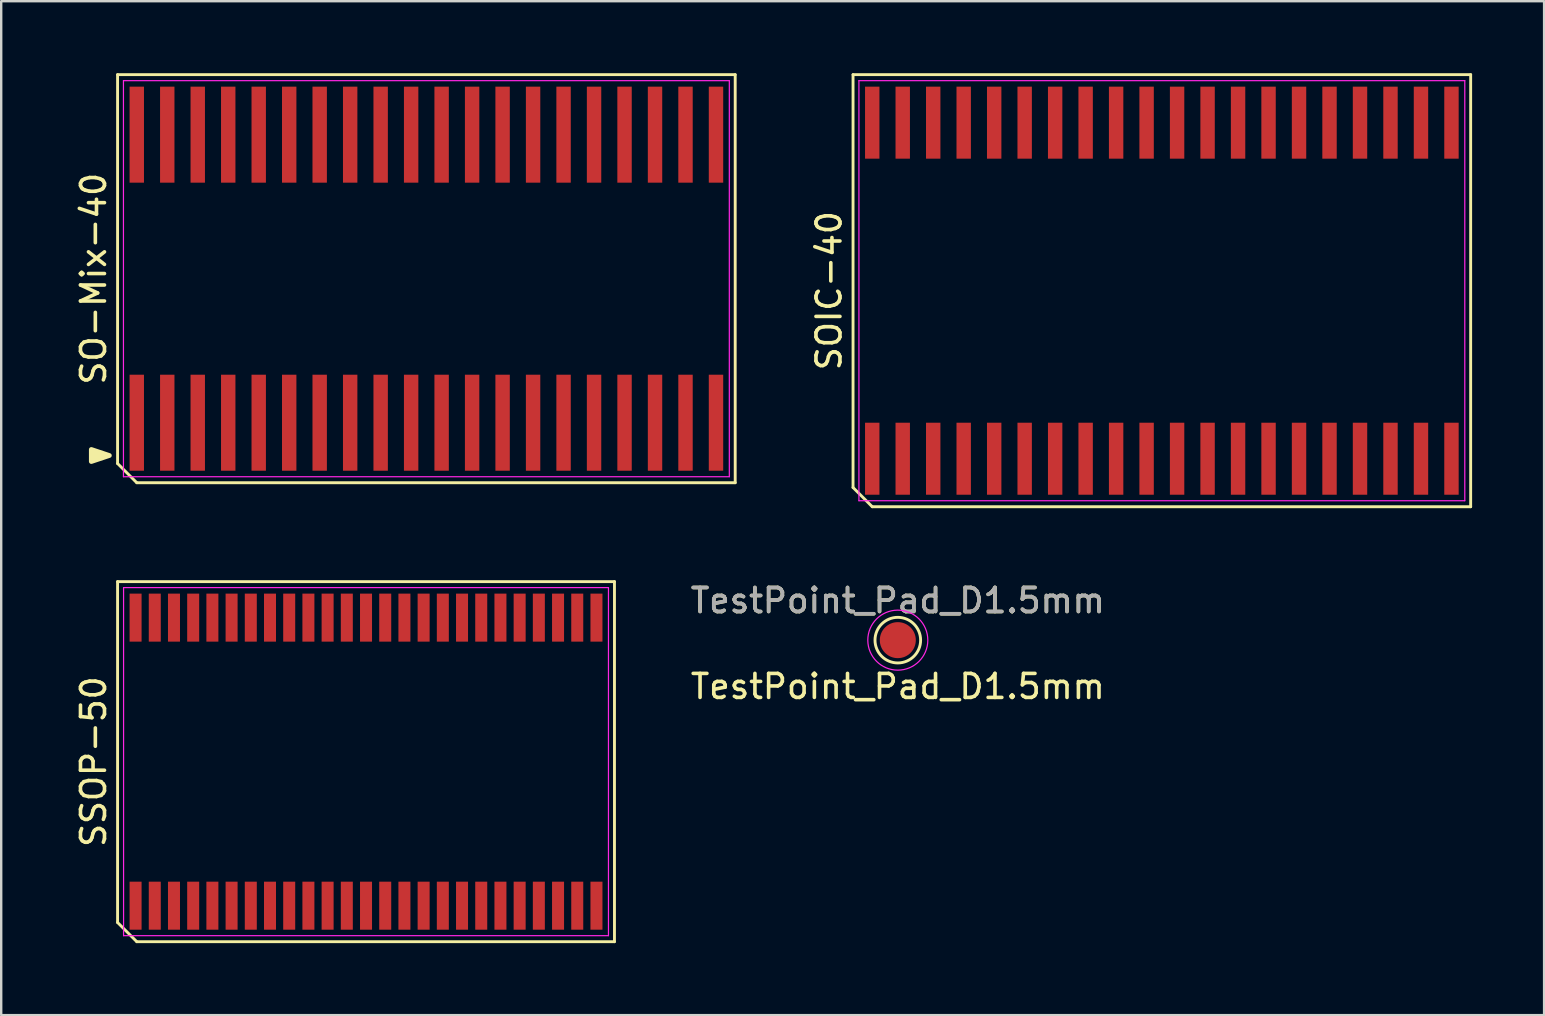
<source format=kicad_pcb>
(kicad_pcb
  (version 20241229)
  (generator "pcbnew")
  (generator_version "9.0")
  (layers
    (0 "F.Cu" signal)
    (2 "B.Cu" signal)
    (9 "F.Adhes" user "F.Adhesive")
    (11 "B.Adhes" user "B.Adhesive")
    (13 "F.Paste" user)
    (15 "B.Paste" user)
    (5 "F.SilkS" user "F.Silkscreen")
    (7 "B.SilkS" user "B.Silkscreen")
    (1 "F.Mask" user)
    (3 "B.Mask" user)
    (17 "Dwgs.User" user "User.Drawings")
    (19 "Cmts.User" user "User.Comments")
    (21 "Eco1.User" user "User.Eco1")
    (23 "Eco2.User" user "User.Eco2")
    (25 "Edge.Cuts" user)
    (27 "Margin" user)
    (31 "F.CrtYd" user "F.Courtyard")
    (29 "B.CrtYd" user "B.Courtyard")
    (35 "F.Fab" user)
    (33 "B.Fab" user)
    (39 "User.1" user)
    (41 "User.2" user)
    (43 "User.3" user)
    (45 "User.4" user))
  (footprint "SOIC-40"
    (layer "F.Cu")
    (at 45.352 9.06)
    (property "Reference" "SOIC-40" (at -13.865 0 90) (layer "F.SilkS") (effects (font (size 1 1) (thickness 0.15))))
    (attr smd)
    (fp_line (start -12.865 -9) (end 12.865 -9) (stroke (width 0.12) (type default)) (layer "F.SilkS"))
    (fp_line (start -12.865 8.2) (end -12.865 -9) (stroke (width 0.12) (type default)) (layer "F.SilkS"))
    (fp_line (start -12.065 9) (end -12.865 8.2) (stroke (width 0.12) (type default)) (layer "F.SilkS"))
    (fp_line (start 12.865 -9) (end 12.865 9) (stroke (width 0.12) (type default)) (layer "F.SilkS"))
    (fp_line (start 12.865 9) (end -12.065 9) (stroke (width 0.12) (type default)) (layer "F.SilkS"))
    (fp_line (start -12.62 -8.75) (end 12.62 -8.75) (stroke (width 0.05) (type default)) (layer "F.CrtYd"))
    (fp_line (start -12.62 8.75) (end -12.62 -8.75) (stroke (width 0.05) (type default)) (layer "F.CrtYd"))
    (fp_line (start 12.62 -8.75) (end 12.62 8.75) (stroke (width 0.05) (type default)) (layer "F.CrtYd"))
    (fp_line (start 12.62 8.75) (end -12.62 8.75) (stroke (width 0.05) (type default)) (layer "F.CrtYd"))
    (pad "1" smd rect (at -12.065 7) (size 0.6 3) (layers "F.Cu" "F.Mask" "F.Paste"))
    (pad "2" smd rect (at -10.795 7) (size 0.6 3) (layers "F.Cu" "F.Mask" "F.Paste"))
    (pad "3" smd rect (at -9.525 7) (size 0.6 3) (layers "F.Cu" "F.Mask" "F.Paste"))
    (pad "4" smd rect (at -8.255 7) (size 0.6 3) (layers "F.Cu" "F.Mask" "F.Paste"))
    (pad "5" smd rect (at -6.985 7) (size 0.6 3) (layers "F.Cu" "F.Mask" "F.Paste"))
    (pad "6" smd rect (at -5.715 7) (size 0.6 3) (layers "F.Cu" "F.Mask" "F.Paste"))
    (pad "7" smd rect (at -4.445 7) (size 0.6 3) (layers "F.Cu" "F.Mask" "F.Paste"))
    (pad "8" smd rect (at -3.175 7) (size 0.6 3) (layers "F.Cu" "F.Mask" "F.Paste"))
    (pad "9" smd rect (at -1.905 7) (size 0.6 3) (layers "F.Cu" "F.Mask" "F.Paste"))
    (pad "10" smd rect (at -0.635 7) (size 0.6 3) (layers "F.Cu" "F.Mask" "F.Paste"))
    (pad "11" smd rect (at 0.635 7) (size 0.6 3) (layers "F.Cu" "F.Mask" "F.Paste"))
    (pad "12" smd rect (at 1.905 7) (size 0.6 3) (layers "F.Cu" "F.Mask" "F.Paste"))
    (pad "13" smd rect (at 3.175 7) (size 0.6 3) (layers "F.Cu" "F.Mask" "F.Paste"))
    (pad "14" smd rect (at 4.445 7) (size 0.6 3) (layers "F.Cu" "F.Mask" "F.Paste"))
    (pad "15" smd rect (at 5.715 7) (size 0.6 3) (layers "F.Cu" "F.Mask" "F.Paste"))
    (pad "16" smd rect (at 6.985 7) (size 0.6 3) (layers "F.Cu" "F.Mask" "F.Paste"))
    (pad "17" smd rect (at 8.255 7) (size 0.6 3) (layers "F.Cu" "F.Mask" "F.Paste"))
    (pad "18" smd rect (at 9.525 7) (size 0.6 3) (layers "F.Cu" "F.Mask" "F.Paste"))
    (pad "19" smd rect (at 10.795 7) (size 0.6 3) (layers "F.Cu" "F.Mask" "F.Paste"))
    (pad "20" smd rect (at 12.065 7) (size 0.6 3) (layers "F.Cu" "F.Mask" "F.Paste"))
    (pad "21" smd rect (at 12.065 -7) (size 0.6 3) (layers "F.Cu" "F.Mask" "F.Paste"))
    (pad "22" smd rect (at 10.795 -7) (size 0.6 3) (layers "F.Cu" "F.Mask" "F.Paste"))
    (pad "23" smd rect (at 9.525 -7) (size 0.6 3) (layers "F.Cu" "F.Mask" "F.Paste"))
    (pad "24" smd rect (at 8.255 -7) (size 0.6 3) (layers "F.Cu" "F.Mask" "F.Paste"))
    (pad "25" smd rect (at 6.985 -7) (size 0.6 3) (layers "F.Cu" "F.Mask" "F.Paste"))
    (pad "26" smd rect (at 5.715 -7) (size 0.6 3) (layers "F.Cu" "F.Mask" "F.Paste"))
    (pad "27" smd rect (at 4.445 -7) (size 0.6 3) (layers "F.Cu" "F.Mask" "F.Paste"))
    (pad "28" smd rect (at 3.175 -7) (size 0.6 3) (layers "F.Cu" "F.Mask" "F.Paste"))
    (pad "29" smd rect (at 1.905 -7) (size 0.6 3) (layers "F.Cu" "F.Mask" "F.Paste"))
    (pad "30" smd rect (at 0.635 -7) (size 0.6 3) (layers "F.Cu" "F.Mask" "F.Paste"))
    (pad "31" smd rect (at -0.635 -7) (size 0.6 3) (layers "F.Cu" "F.Mask" "F.Paste"))
    (pad "32" smd rect (at -1.905 -7) (size 0.6 3) (layers "F.Cu" "F.Mask" "F.Paste"))
    (pad "33" smd rect (at -3.175 -7) (size 0.6 3) (layers "F.Cu" "F.Mask" "F.Paste"))
    (pad "34" smd rect (at -4.445 -7) (size 0.6 3) (layers "F.Cu" "F.Mask" "F.Paste"))
    (pad "35" smd rect (at -5.715 -7) (size 0.6 3) (layers "F.Cu" "F.Mask" "F.Paste"))
    (pad "36" smd rect (at -6.985 -7) (size 0.6 3) (layers "F.Cu" "F.Mask" "F.Paste"))
    (pad "37" smd rect (at -8.255 -7) (size 0.6 3) (layers "F.Cu" "F.Mask" "F.Paste"))
    (pad "38" smd rect (at -9.525 -7) (size 0.6 3) (layers "F.Cu" "F.Mask" "F.Paste"))
    (pad "39" smd rect (at -10.795 -7) (size 0.6 3) (layers "F.Cu" "F.Mask" "F.Paste"))
    (pad "40" smd rect (at -12.065 -7) (size 0.6 3) (layers "F.Cu" "F.Mask" "F.Paste")))
  (footprint "TestPoint_Pad_D1.5mm"
    (layer "F.Cu")
    (at 34.352 23.618)
    (property "Reference" "TestPoint_Pad_D1.5mm" (at 0 -1.648 0) (layer "F.SilkS") (effects (font (size 1 1) (thickness 0.15))))
    (property "Value" "TestPoint_Pad_D1.5mm" (at 0 1.75 0) (layer "F.Fab") (hide yes) (effects (font (size 1 1) (thickness 0.15))))
    (attr exclude_from_pos_files exclude_from_bom)
    (fp_circle (center 0 0) (end 0 0.95) (stroke (width 0.12) (type solid)) (fill no) (layer "F.SilkS"))
    (fp_circle (center 0 0) (end 1.25 0) (stroke (width 0.05) (type solid)) (fill no) (layer "F.CrtYd"))
    (fp_text user "${VALUE}" (at 0 2.515 0) (unlocked yes) (layer "F.SilkS") (effects (font (size 1 1) (thickness 0.15)) (justify bottom)))
    (fp_text user "${REFERENCE}" (at 0 -1.65 0) (layer "F.Fab") (effects (font (size 1 1) (thickness 0.15))))
    (pad "1" smd circle (at 0 0) (size 1.5 1.5) (layers "F.Cu" "F.Mask")))
  (footprint "SSOP-50"
    (layer "F.Cu")
    (at 12.198 28.68)
    (property "Reference" "SSOP-50" (at -11.35 0 90) (layer "F.SilkS") (effects (font (size 1 1) (thickness 0.15))))
    (attr smd)
    (fp_line (start -10.35 -7.5) (end 10.35 -7.5) (stroke (width 0.12) (type default)) (layer "F.SilkS"))
    (fp_line (start -10.35 6.7) (end -10.35 -7.5) (stroke (width 0.12) (type default)) (layer "F.SilkS"))
    (fp_line (start -9.55 7.5) (end -10.35 6.7) (stroke (width 0.12) (type default)) (layer "F.SilkS"))
    (fp_line (start 10.35 -7.5) (end 10.35 7.5) (stroke (width 0.12) (type default)) (layer "F.SilkS"))
    (fp_line (start 10.35 7.5) (end -9.55 7.5) (stroke (width 0.12) (type default)) (layer "F.SilkS"))
    (fp_line (start -10.1 -7.25) (end 10.1 -7.25) (stroke (width 0.05) (type default)) (layer "F.CrtYd"))
    (fp_line (start -10.1 7.25) (end -10.1 -7.25) (stroke (width 0.05) (type default)) (layer "F.CrtYd"))
    (fp_line (start 10.1 -7.25) (end 10.1 7.25) (stroke (width 0.05) (type default)) (layer "F.CrtYd"))
    (fp_line (start 10.1 7.25) (end -10.1 7.25) (stroke (width 0.05) (type default)) (layer "F.CrtYd"))
    (pad "1" smd rect (at -9.6 6) (size 0.5 2) (layers "F.Cu" "F.Mask" "F.Paste"))
    (pad "2" smd rect (at -8.8 6) (size 0.5 2) (layers "F.Cu" "F.Mask" "F.Paste"))
    (pad "3" smd rect (at -8 6) (size 0.5 2) (layers "F.Cu" "F.Mask" "F.Paste"))
    (pad "4" smd rect (at -7.2 6) (size 0.5 2) (layers "F.Cu" "F.Mask" "F.Paste"))
    (pad "5" smd rect (at -6.4 6) (size 0.5 2) (layers "F.Cu" "F.Mask" "F.Paste"))
    (pad "6" smd rect (at -5.6 6) (size 0.5 2) (layers "F.Cu" "F.Mask" "F.Paste"))
    (pad "7" smd rect (at -4.8 6) (size 0.5 2) (layers "F.Cu" "F.Mask" "F.Paste"))
    (pad "8" smd rect (at -4 6) (size 0.5 2) (layers "F.Cu" "F.Mask" "F.Paste"))
    (pad "9" smd rect (at -3.2 6) (size 0.5 2) (layers "F.Cu" "F.Mask" "F.Paste"))
    (pad "10" smd rect (at -2.4 6) (size 0.5 2) (layers "F.Cu" "F.Mask" "F.Paste"))
    (pad "11" smd rect (at -1.6 6) (size 0.5 2) (layers "F.Cu" "F.Mask" "F.Paste"))
    (pad "12" smd rect (at -0.8 6) (size 0.5 2) (layers "F.Cu" "F.Mask" "F.Paste"))
    (pad "13" smd rect (at 0 6) (size 0.5 2) (layers "F.Cu" "F.Mask" "F.Paste"))
    (pad "14" smd rect (at 0.8 6) (size 0.5 2) (layers "F.Cu" "F.Mask" "F.Paste"))
    (pad "15" smd rect (at 1.6 6) (size 0.5 2) (layers "F.Cu" "F.Mask" "F.Paste"))
    (pad "16" smd rect (at 2.4 6) (size 0.5 2) (layers "F.Cu" "F.Mask" "F.Paste"))
    (pad "17" smd rect (at 3.2 6) (size 0.5 2) (layers "F.Cu" "F.Mask" "F.Paste"))
    (pad "18" smd rect (at 4 6) (size 0.5 2) (layers "F.Cu" "F.Mask" "F.Paste"))
    (pad "19" smd rect (at 4.8 6) (size 0.5 2) (layers "F.Cu" "F.Mask" "F.Paste"))
    (pad "20" smd rect (at 5.6 6) (size 0.5 2) (layers "F.Cu" "F.Mask" "F.Paste"))
    (pad "21" smd rect (at 6.4 6) (size 0.5 2) (layers "F.Cu" "F.Mask" "F.Paste"))
    (pad "22" smd rect (at 7.2 6) (size 0.5 2) (layers "F.Cu" "F.Mask" "F.Paste"))
    (pad "23" smd rect (at 8 6) (size 0.5 2) (layers "F.Cu" "F.Mask" "F.Paste"))
    (pad "24" smd rect (at 8.8 6) (size 0.5 2) (layers "F.Cu" "F.Mask" "F.Paste"))
    (pad "25" smd rect (at 9.6 6) (size 0.5 2) (layers "F.Cu" "F.Mask" "F.Paste"))
    (pad "26" smd rect (at 9.6 -6) (size 0.5 2) (layers "F.Cu" "F.Mask" "F.Paste"))
    (pad "27" smd rect (at 8.8 -6) (size 0.5 2) (layers "F.Cu" "F.Mask" "F.Paste"))
    (pad "28" smd rect (at 8 -6) (size 0.5 2) (layers "F.Cu" "F.Mask" "F.Paste"))
    (pad "29" smd rect (at 7.2 -6) (size 0.5 2) (layers "F.Cu" "F.Mask" "F.Paste"))
    (pad "30" smd rect (at 6.4 -6) (size 0.5 2) (layers "F.Cu" "F.Mask" "F.Paste"))
    (pad "31" smd rect (at 5.6 -6) (size 0.5 2) (layers "F.Cu" "F.Mask" "F.Paste"))
    (pad "32" smd rect (at 4.8 -6) (size 0.5 2) (layers "F.Cu" "F.Mask" "F.Paste"))
    (pad "33" smd rect (at 4 -6) (size 0.5 2) (layers "F.Cu" "F.Mask" "F.Paste"))
    (pad "34" smd rect (at 3.2 -6) (size 0.5 2) (layers "F.Cu" "F.Mask" "F.Paste"))
    (pad "35" smd rect (at 2.4 -6) (size 0.5 2) (layers "F.Cu" "F.Mask" "F.Paste"))
    (pad "36" smd rect (at 1.6 -6) (size 0.5 2) (layers "F.Cu" "F.Mask" "F.Paste"))
    (pad "37" smd rect (at 0.8 -6) (size 0.5 2) (layers "F.Cu" "F.Mask" "F.Paste"))
    (pad "38" smd rect (at 0 -6) (size 0.5 2) (layers "F.Cu" "F.Mask" "F.Paste"))
    (pad "39" smd rect (at -0.8 -6) (size 0.5 2) (layers "F.Cu" "F.Mask" "F.Paste"))
    (pad "40" smd rect (at -1.6 -6) (size 0.5 2) (layers "F.Cu" "F.Mask" "F.Paste"))
    (pad "41" smd rect (at -2.4 -6) (size 0.5 2) (layers "F.Cu" "F.Mask" "F.Paste"))
    (pad "42" smd rect (at -3.2 -6) (size 0.5 2) (layers "F.Cu" "F.Mask" "F.Paste"))
    (pad "43" smd rect (at -4 -6) (size 0.5 2) (layers "F.Cu" "F.Mask" "F.Paste"))
    (pad "44" smd rect (at -4.8 -6) (size 0.5 2) (layers "F.Cu" "F.Mask" "F.Paste"))
    (pad "45" smd rect (at -5.6 -6) (size 0.5 2) (layers "F.Cu" "F.Mask" "F.Paste"))
    (pad "46" smd rect (at -6.4 -6) (size 0.5 2) (layers "F.Cu" "F.Mask" "F.Paste"))
    (pad "47" smd rect (at -7.2 -6) (size 0.5 2) (layers "F.Cu" "F.Mask" "F.Paste"))
    (pad "48" smd rect (at -8 -6) (size 0.5 2) (layers "F.Cu" "F.Mask" "F.Paste"))
    (pad "49" smd rect (at -8.8 -6) (size 0.5 2) (layers "F.Cu" "F.Mask" "F.Paste"))
    (pad "50" smd rect (at -9.6 -6) (size 0.5 2) (layers "F.Cu" "F.Mask" "F.Paste")))
  (footprint "SO-Mix-40"
    (layer "F.Cu")
    (at 14.713 8.56)
    (property "Reference" "SO-Mix-40" (at -13.865 0 90) (layer "F.SilkS") (effects (font (size 1 1) (thickness 0.15))))
    (attr smd)
    (fp_line (start -12.865 -8.5) (end 12.865 -8.5) (stroke (width 0.12) (type default)) (layer "F.SilkS"))
    (fp_line (start -12.865 7.7) (end -12.865 -8.5) (stroke (width 0.12) (type default)) (layer "F.SilkS"))
    (fp_line (start -12.065 8.5) (end -12.865 7.7) (stroke (width 0.12) (type default)) (layer "F.SilkS"))
    (fp_line (start 12.865 -8.5) (end 12.865 8.5) (stroke (width 0.12) (type default)) (layer "F.SilkS"))
    (fp_line (start 12.865 8.5) (end -12.065 8.5) (stroke (width 0.12) (type default)) (layer "F.SilkS"))
    (fp_poly (pts (xy -13.208 7.366) (xy -13.958 7.116) (xy -13.958 7.616)) (stroke (width 0.2) (type solid)) (fill yes) (layer "F.SilkS"))
    (fp_line (start -12.62 -8.25) (end 12.62 -8.25) (stroke (width 0.05) (type default)) (layer "F.CrtYd"))
    (fp_line (start -12.62 8.25) (end -12.62 -8.25) (stroke (width 0.05) (type default)) (layer "F.CrtYd"))
    (fp_line (start 12.62 -8.25) (end 12.62 8.25) (stroke (width 0.05) (type default)) (layer "F.CrtYd"))
    (fp_line (start 12.62 8.25) (end -12.62 8.25) (stroke (width 0.05) (type default)) (layer "F.CrtYd"))
    (pad "1" smd rect (at -12.065 6) (size 0.6 4) (layers "F.Cu" "F.Mask" "F.Paste"))
    (pad "2" smd rect (at -10.795 6) (size 0.6 4) (layers "F.Cu" "F.Mask" "F.Paste"))
    (pad "3" smd rect (at -9.525 6) (size 0.6 4) (layers "F.Cu" "F.Mask" "F.Paste"))
    (pad "4" smd rect (at -8.255 6) (size 0.6 4) (layers "F.Cu" "F.Mask" "F.Paste"))
    (pad "5" smd rect (at -6.985 6) (size 0.6 4) (layers "F.Cu" "F.Mask" "F.Paste"))
    (pad "6" smd rect (at -5.715 6) (size 0.6 4) (layers "F.Cu" "F.Mask" "F.Paste"))
    (pad "7" smd rect (at -4.445 6) (size 0.6 4) (layers "F.Cu" "F.Mask" "F.Paste"))
    (pad "8" smd rect (at -3.175 6) (size 0.6 4) (layers "F.Cu" "F.Mask" "F.Paste"))
    (pad "9" smd rect (at -1.905 6) (size 0.6 4) (layers "F.Cu" "F.Mask" "F.Paste"))
    (pad "10" smd rect (at -0.635 6) (size 0.6 4) (layers "F.Cu" "F.Mask" "F.Paste"))
    (pad "11" smd rect (at 0.635 6) (size 0.6 4) (layers "F.Cu" "F.Mask" "F.Paste"))
    (pad "12" smd rect (at 1.905 6) (size 0.6 4) (layers "F.Cu" "F.Mask" "F.Paste"))
    (pad "13" smd rect (at 3.175 6) (size 0.6 4) (layers "F.Cu" "F.Mask" "F.Paste"))
    (pad "14" smd rect (at 4.445 6) (size 0.6 4) (layers "F.Cu" "F.Mask" "F.Paste"))
    (pad "15" smd rect (at 5.715 6) (size 0.6 4) (layers "F.Cu" "F.Mask" "F.Paste"))
    (pad "16" smd rect (at 6.985 6) (size 0.6 4) (layers "F.Cu" "F.Mask" "F.Paste"))
    (pad "17" smd rect (at 8.255 6) (size 0.6 4) (layers "F.Cu" "F.Mask" "F.Paste"))
    (pad "18" smd rect (at 9.525 6) (size 0.6 4) (layers "F.Cu" "F.Mask" "F.Paste"))
    (pad "19" smd rect (at 10.795 6) (size 0.6 4) (layers "F.Cu" "F.Mask" "F.Paste"))
    (pad "20" smd rect (at 12.065 6) (size 0.6 4) (layers "F.Cu" "F.Mask" "F.Paste"))
    (pad "21" smd rect (at 12.065 -6) (size 0.6 4) (layers "F.Cu" "F.Mask" "F.Paste"))
    (pad "22" smd rect (at 10.795 -6) (size 0.6 4) (layers "F.Cu" "F.Mask" "F.Paste"))
    (pad "23" smd rect (at 9.525 -6) (size 0.6 4) (layers "F.Cu" "F.Mask" "F.Paste"))
    (pad "24" smd rect (at 8.255 -6) (size 0.6 4) (layers "F.Cu" "F.Mask" "F.Paste"))
    (pad "25" smd rect (at 6.985 -6) (size 0.6 4) (layers "F.Cu" "F.Mask" "F.Paste"))
    (pad "26" smd rect (at 5.715 -6) (size 0.6 4) (layers "F.Cu" "F.Mask" "F.Paste"))
    (pad "27" smd rect (at 4.445 -6) (size 0.6 4) (layers "F.Cu" "F.Mask" "F.Paste"))
    (pad "28" smd rect (at 3.175 -6) (size 0.6 4) (layers "F.Cu" "F.Mask" "F.Paste"))
    (pad "29" smd rect (at 1.905 -6) (size 0.6 4) (layers "F.Cu" "F.Mask" "F.Paste"))
    (pad "30" smd rect (at 0.635 -6) (size 0.6 4) (layers "F.Cu" "F.Mask" "F.Paste"))
    (pad "31" smd rect (at -0.635 -6) (size 0.6 4) (layers "F.Cu" "F.Mask" "F.Paste"))
    (pad "32" smd rect (at -1.905 -6) (size 0.6 4) (layers "F.Cu" "F.Mask" "F.Paste"))
    (pad "33" smd rect (at -3.175 -6) (size 0.6 4) (layers "F.Cu" "F.Mask" "F.Paste"))
    (pad "34" smd rect (at -4.445 -6) (size 0.6 4) (layers "F.Cu" "F.Mask" "F.Paste"))
    (pad "35" smd rect (at -5.715 -6) (size 0.6 4) (layers "F.Cu" "F.Mask" "F.Paste"))
    (pad "36" smd rect (at -6.985 -6) (size 0.6 4) (layers "F.Cu" "F.Mask" "F.Paste"))
    (pad "37" smd rect (at -8.255 -6) (size 0.6 4) (layers "F.Cu" "F.Mask" "F.Paste"))
    (pad "38" smd rect (at -9.525 -6) (size 0.6 4) (layers "F.Cu" "F.Mask" "F.Paste"))
    (pad "39" smd rect (at -10.795 -6) (size 0.6 4) (layers "F.Cu" "F.Mask" "F.Paste"))
    (pad "40" smd rect (at -12.065 -6) (size 0.6 4) (layers "F.Cu" "F.Mask" "F.Paste")))
  (gr_rect
    (start -3 -3)
    (end 61.276 39.24)
    (stroke (width 0.1) (type default))
    (fill no)
    (layer "Edge.Cuts")))
</source>
